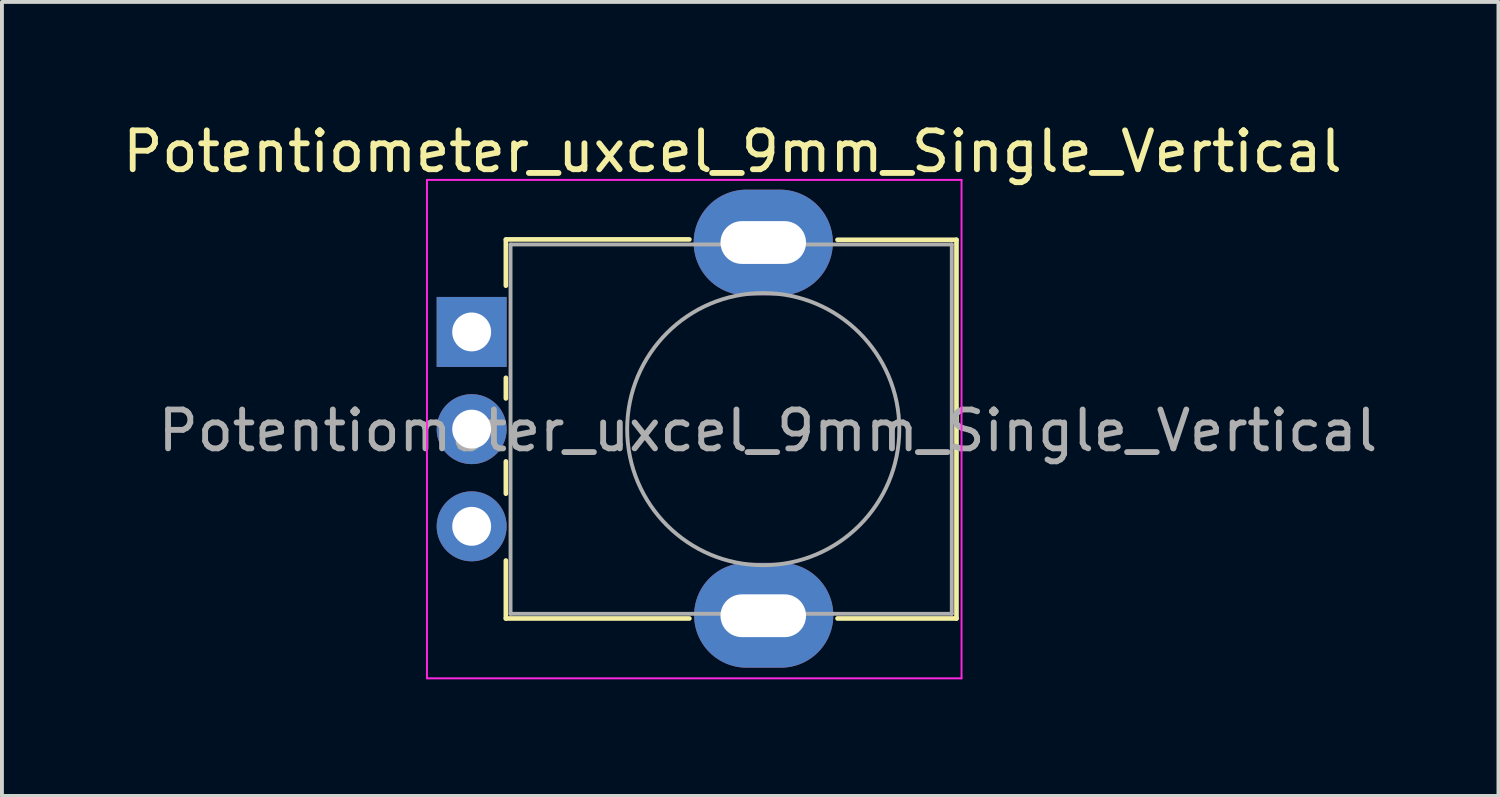
<source format=kicad_pcb>
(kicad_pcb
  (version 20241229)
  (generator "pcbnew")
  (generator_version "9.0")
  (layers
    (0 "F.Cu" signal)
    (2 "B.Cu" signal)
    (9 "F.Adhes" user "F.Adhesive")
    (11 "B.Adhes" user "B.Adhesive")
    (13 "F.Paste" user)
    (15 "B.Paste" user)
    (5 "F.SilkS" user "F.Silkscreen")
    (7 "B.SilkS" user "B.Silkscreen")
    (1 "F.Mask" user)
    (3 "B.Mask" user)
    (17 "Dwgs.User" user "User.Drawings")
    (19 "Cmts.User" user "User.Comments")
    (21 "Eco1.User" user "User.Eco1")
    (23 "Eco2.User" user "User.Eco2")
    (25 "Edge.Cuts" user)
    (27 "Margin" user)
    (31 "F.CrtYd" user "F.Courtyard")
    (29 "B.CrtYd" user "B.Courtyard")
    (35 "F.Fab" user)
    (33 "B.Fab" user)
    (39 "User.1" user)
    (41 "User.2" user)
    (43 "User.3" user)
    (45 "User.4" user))
  (footprint "Potentiometer_uxcel_9mm_Single_Vertical"
    (layer "F.Cu")
    (at 9.082 5.488)
    (property "Reference" "Potentiometer_uxcel_9mm_Single_Vertical" (at 6.71 -4.64 180) (layer "F.SilkS") (effects (font (size 1 1) (thickness 0.15))))
    (attr through_hole)
    (fp_line (start 0.88 -2.38) (end 5.6 -2.38) (stroke (width 0.12) (type solid)) (layer "F.SilkS"))
    (fp_line (start 0.88 -1.19) (end 0.88 -2.37) (stroke (width 0.12) (type solid)) (layer "F.SilkS"))
    (fp_line (start 0.88 1.71) (end 0.88 1.18) (stroke (width 0.12) (type solid)) (layer "F.SilkS"))
    (fp_line (start 0.88 4.16) (end 0.88 3.33) (stroke (width 0.12) (type solid)) (layer "F.SilkS"))
    (fp_line (start 0.88 7.37) (end 0.88 5.88) (stroke (width 0.12) (type solid)) (layer "F.SilkS"))
    (fp_line (start 0.88 7.37) (end 5.6 7.37) (stroke (width 0.12) (type solid)) (layer "F.SilkS"))
    (fp_line (start 9.41 -2.37) (end 12.47 -2.37) (stroke (width 0.12) (type solid)) (layer "F.SilkS"))
    (fp_line (start 9.41 7.37) (end 12.47 7.37) (stroke (width 0.12) (type solid)) (layer "F.SilkS"))
    (fp_line (start 12.47 7.37) (end 12.47 -2.37) (stroke (width 0.12) (type solid)) (layer "F.SilkS"))
    (fp_line (start -1.15 -3.91) (end -1.15 8.91) (stroke (width 0.05) (type solid)) (layer "F.CrtYd"))
    (fp_line (start -1.15 8.91) (end 12.6 8.91) (stroke (width 0.05) (type solid)) (layer "F.CrtYd"))
    (fp_line (start 12.6 -3.91) (end -1.15 -3.91) (stroke (width 0.05) (type solid)) (layer "F.CrtYd"))
    (fp_line (start 12.6 8.91) (end 12.6 -3.91) (stroke (width 0.05) (type solid)) (layer "F.CrtYd"))
    (fp_line (start 1 -2.25) (end 12.35 -2.25) (stroke (width 0.1) (type solid)) (layer "F.Fab"))
    (fp_line (start 1 7.25) (end 1 -2.25) (stroke (width 0.1) (type solid)) (layer "F.Fab"))
    (fp_line (start 1 7.25) (end 12.35 7.25) (stroke (width 0.1) (type solid)) (layer "F.Fab"))
    (fp_line (start 12.35 7.25) (end 12.35 -2.25) (stroke (width 0.1) (type solid)) (layer "F.Fab"))
    (fp_circle (center 7.5 2.5) (end 7.5 -1) (stroke (width 0.1) (type solid)) (fill no) (layer "F.Fab"))
    (fp_text user "${REFERENCE}" (at 7.62 2.54 0) (layer "F.Fab") (effects (font (size 1 1) (thickness 0.15))))
    (pad "" thru_hole oval (at 7.5 -2.3 90) (size 2.72 3.58) (drill oval 1.1 2.2) (layers "*.Cu" "*.Mask"))
    (pad "" thru_hole oval (at 7.5 7.3 90) (size 2.696 3.58) (drill oval 1.1 2.2 (offset 0.012 0.012)) (layers "*.Cu" "*.Mask"))
    (pad "1" thru_hole rect (at 0 0 90) (size 1.8 1.8) (drill 1) (layers "*.Cu" "*.Mask"))
    (pad "2" thru_hole circle (at 0 2.5 90) (size 1.8 1.8) (drill 1) (layers "*.Cu" "*.Mask"))
    (pad "3" thru_hole circle (at 0 5 90) (size 1.8 1.8) (drill 1) (layers "*.Cu" "*.Mask")))
  (gr_rect
    (start -3 -3)
    (end 35.493 17.423)
    (stroke (width 0.1) (type default))
    (fill no)
    (layer "Edge.Cuts")))
</source>
